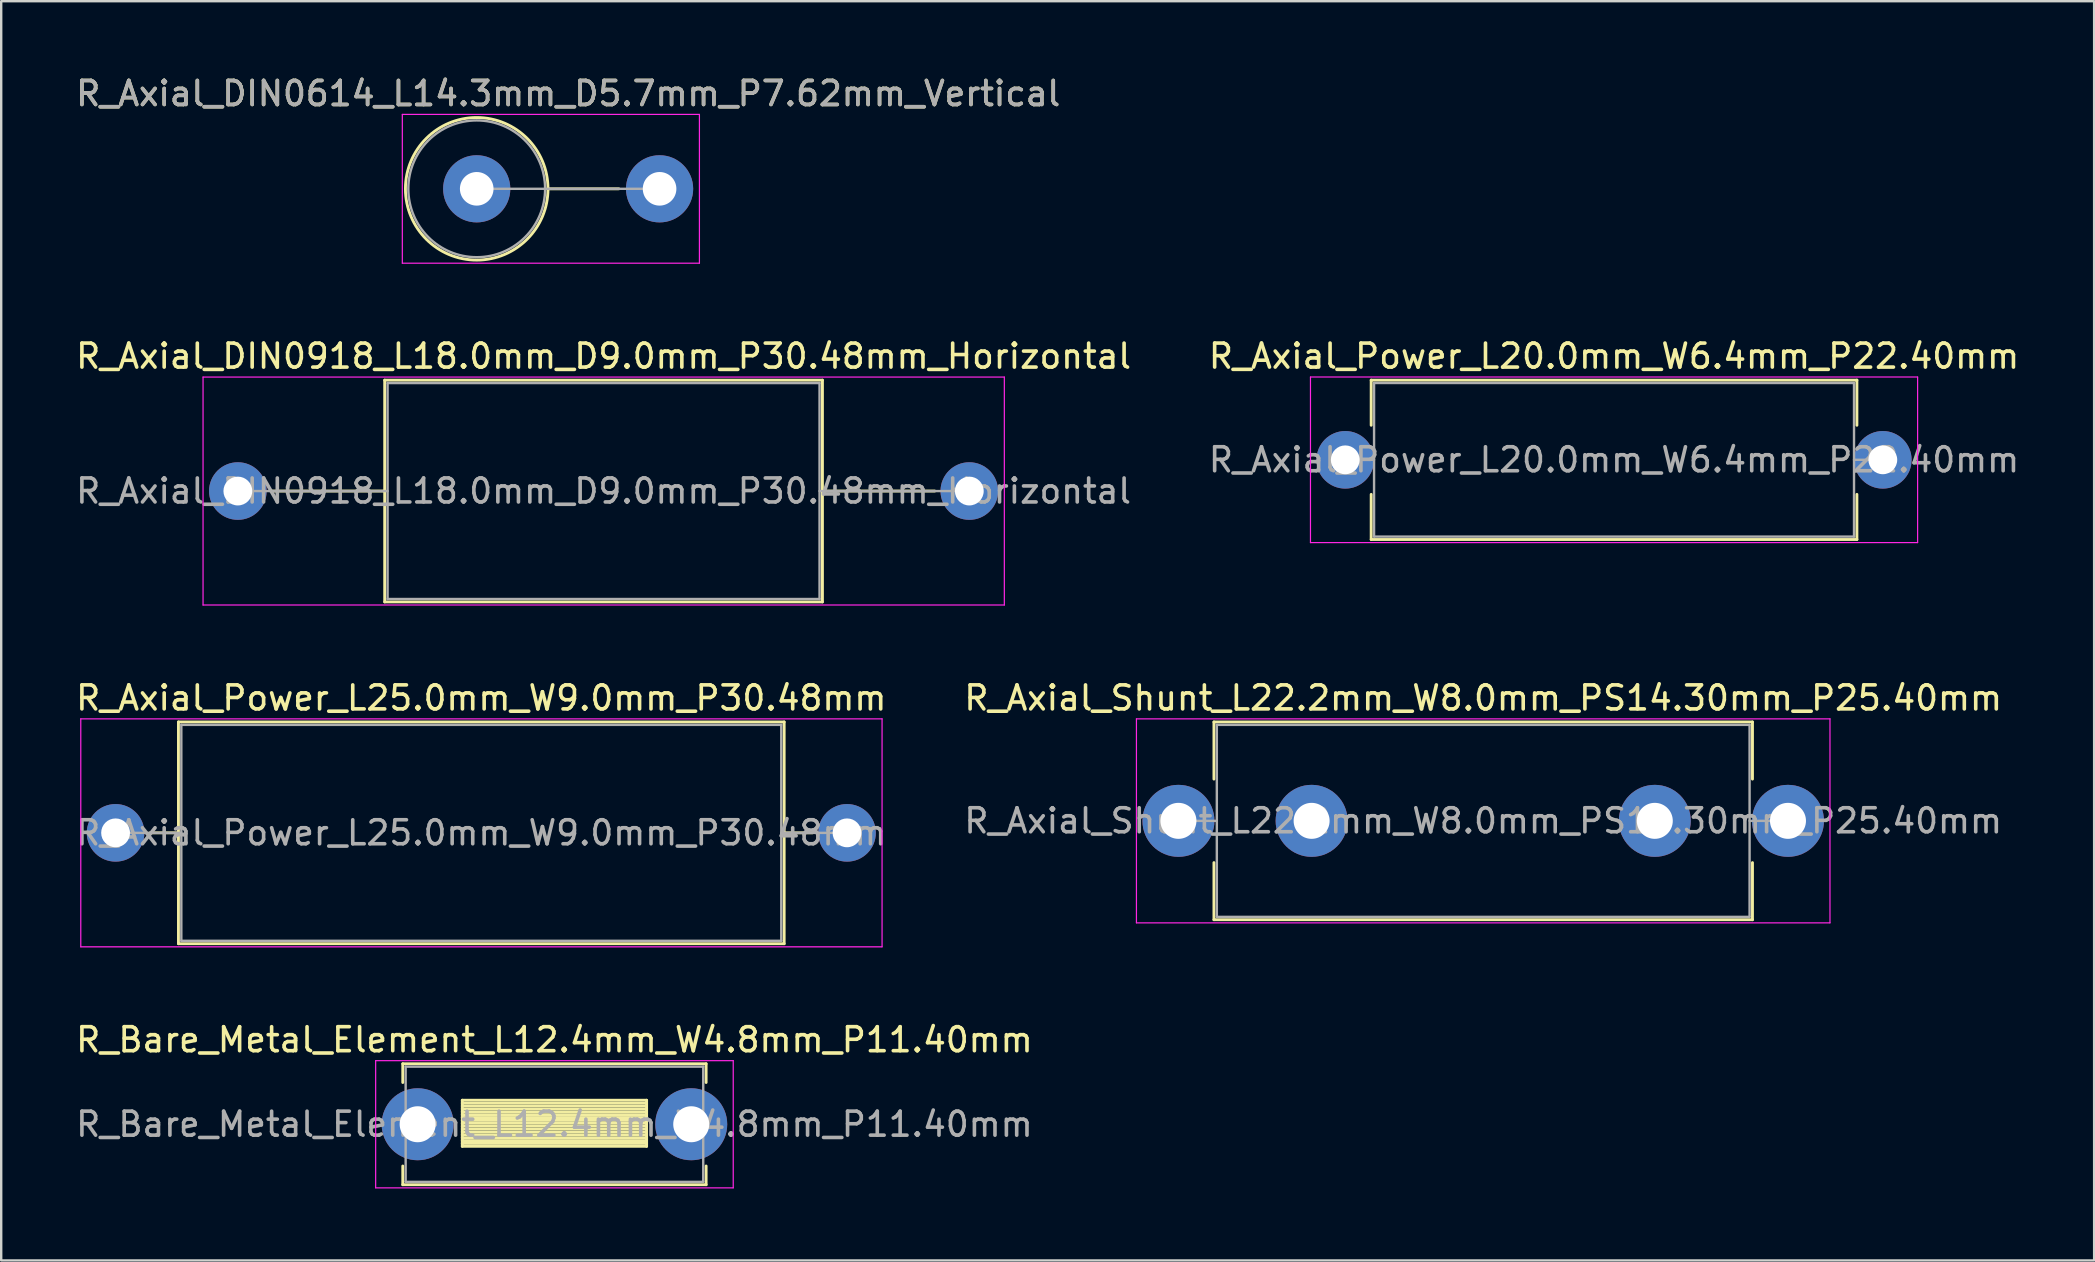
<source format=kicad_pcb>
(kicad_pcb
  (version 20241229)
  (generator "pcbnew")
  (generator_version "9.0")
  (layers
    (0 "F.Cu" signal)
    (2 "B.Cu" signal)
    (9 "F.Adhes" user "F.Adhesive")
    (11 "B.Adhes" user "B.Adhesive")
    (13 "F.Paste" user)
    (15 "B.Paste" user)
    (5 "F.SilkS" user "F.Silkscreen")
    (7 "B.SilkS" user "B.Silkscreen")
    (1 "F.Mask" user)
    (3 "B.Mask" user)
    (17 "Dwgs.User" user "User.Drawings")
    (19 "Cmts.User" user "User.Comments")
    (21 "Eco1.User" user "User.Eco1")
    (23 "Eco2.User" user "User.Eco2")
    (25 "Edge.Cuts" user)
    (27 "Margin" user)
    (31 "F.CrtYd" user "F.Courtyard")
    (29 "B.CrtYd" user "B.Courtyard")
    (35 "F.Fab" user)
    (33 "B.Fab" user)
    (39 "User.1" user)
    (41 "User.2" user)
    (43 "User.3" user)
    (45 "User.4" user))
  (footprint "R_Axial_Shunt_L22.2mm_W8.0mm_PS14.30mm_P25.40mm"
    (layer "F.Cu")
    (at 46.056 31.155)
    (property "Reference" "R_Axial_Shunt_L22.2mm_W8.0mm_PS14.30mm_P25.40mm" (at 12.7 -5.12 0) (layer "F.SilkS") (effects (font (size 1 1) (thickness 0.15))))
    (attr through_hole)
    (fp_line (start 1.48 -4.12) (end 23.92 -4.12) (stroke (width 0.12) (type solid)) (layer "F.SilkS"))
    (fp_line (start 1.48 -1.74) (end 1.48 -4.12) (stroke (width 0.12) (type solid)) (layer "F.SilkS"))
    (fp_line (start 1.48 1.74) (end 1.48 4.12) (stroke (width 0.12) (type solid)) (layer "F.SilkS"))
    (fp_line (start 1.48 4.12) (end 23.92 4.12) (stroke (width 0.12) (type solid)) (layer "F.SilkS"))
    (fp_line (start 23.92 -4.12) (end 23.92 -1.74) (stroke (width 0.12) (type solid)) (layer "F.SilkS"))
    (fp_line (start 23.92 4.12) (end 23.92 1.74) (stroke (width 0.12) (type solid)) (layer "F.SilkS"))
    (fp_line (start -1.75 -4.25) (end -1.75 4.25) (stroke (width 0.05) (type solid)) (layer "F.CrtYd"))
    (fp_line (start -1.75 4.25) (end 27.15 4.25) (stroke (width 0.05) (type solid)) (layer "F.CrtYd"))
    (fp_line (start 27.15 -4.25) (end -1.75 -4.25) (stroke (width 0.05) (type solid)) (layer "F.CrtYd"))
    (fp_line (start 27.15 4.25) (end 27.15 -4.25) (stroke (width 0.05) (type solid)) (layer "F.CrtYd"))
    (fp_line (start 0 0) (end 1.6 0) (stroke (width 0.1) (type solid)) (layer "F.Fab"))
    (fp_line (start 1.6 -4) (end 1.6 4) (stroke (width 0.1) (type solid)) (layer "F.Fab"))
    (fp_line (start 1.6 4) (end 23.8 4) (stroke (width 0.1) (type solid)) (layer "F.Fab"))
    (fp_line (start 23.8 -4) (end 1.6 -4) (stroke (width 0.1) (type solid)) (layer "F.Fab"))
    (fp_line (start 23.8 4) (end 23.8 -4) (stroke (width 0.1) (type solid)) (layer "F.Fab"))
    (fp_line (start 25.4 0) (end 23.8 0) (stroke (width 0.1) (type solid)) (layer "F.Fab"))
    (fp_text user "${REFERENCE}" (at 12.7 0 0) (layer "F.Fab") (effects (font (size 1 1) (thickness 0.15))))
    (pad "1" thru_hole circle (at 0 0) (size 3 3) (drill 1.5) (layers "*.Cu" "*.Mask"))
    (pad "2" thru_hole circle (at 5.55 0) (size 3 3) (drill 1.5) (layers "*.Cu" "*.Mask"))
    (pad "3" thru_hole circle (at 19.85 0) (size 3 3) (drill 1.5) (layers "*.Cu" "*.Mask"))
    (pad "4" thru_hole circle (at 25.4 0) (size 3 3) (drill 1.5) (layers "*.Cu" "*.Mask")))
  (footprint "R_Axial_Power_L20.0mm_W6.4mm_P22.40mm"
    (layer "F.Cu")
    (at 53.008 16.111)
    (property "Reference" "R_Axial_Power_L20.0mm_W6.4mm_P22.40mm" (at 11.2 -4.32 0) (layer "F.SilkS") (effects (font (size 1 1) (thickness 0.15))))
    (attr through_hole)
    (fp_line (start 1.08 -3.32) (end 21.32 -3.32) (stroke (width 0.12) (type solid)) (layer "F.SilkS"))
    (fp_line (start 1.08 -1.44) (end 1.08 -3.32) (stroke (width 0.12) (type solid)) (layer "F.SilkS"))
    (fp_line (start 1.08 1.44) (end 1.08 3.32) (stroke (width 0.12) (type solid)) (layer "F.SilkS"))
    (fp_line (start 1.08 3.32) (end 21.32 3.32) (stroke (width 0.12) (type solid)) (layer "F.SilkS"))
    (fp_line (start 21.32 -3.32) (end 21.32 -1.44) (stroke (width 0.12) (type solid)) (layer "F.SilkS"))
    (fp_line (start 21.32 3.32) (end 21.32 1.44) (stroke (width 0.12) (type solid)) (layer "F.SilkS"))
    (fp_line (start -1.45 -3.45) (end -1.45 3.45) (stroke (width 0.05) (type solid)) (layer "F.CrtYd"))
    (fp_line (start -1.45 3.45) (end 23.85 3.45) (stroke (width 0.05) (type solid)) (layer "F.CrtYd"))
    (fp_line (start 23.85 -3.45) (end -1.45 -3.45) (stroke (width 0.05) (type solid)) (layer "F.CrtYd"))
    (fp_line (start 23.85 3.45) (end 23.85 -3.45) (stroke (width 0.05) (type solid)) (layer "F.CrtYd"))
    (fp_line (start 0 0) (end 1.2 0) (stroke (width 0.1) (type solid)) (layer "F.Fab"))
    (fp_line (start 1.2 -3.2) (end 1.2 3.2) (stroke (width 0.1) (type solid)) (layer "F.Fab"))
    (fp_line (start 1.2 3.2) (end 21.2 3.2) (stroke (width 0.1) (type solid)) (layer "F.Fab"))
    (fp_line (start 21.2 -3.2) (end 1.2 -3.2) (stroke (width 0.1) (type solid)) (layer "F.Fab"))
    (fp_line (start 21.2 3.2) (end 21.2 -3.2) (stroke (width 0.1) (type solid)) (layer "F.Fab"))
    (fp_line (start 22.4 0) (end 21.2 0) (stroke (width 0.1) (type solid)) (layer "F.Fab"))
    (fp_text user "${REFERENCE}" (at 11.2 0 0) (layer "F.Fab") (effects (font (size 1 1) (thickness 0.15))))
    (pad "1" thru_hole circle (at 0 0) (size 2.4 2.4) (drill 1.2) (layers "*.Cu" "*.Mask"))
    (pad "2" thru_hole oval (at 22.4 0) (size 2.4 2.4) (drill 1.2) (layers "*.Cu" "*.Mask")))
  (footprint "R_Bare_Metal_Element_L12.4mm_W4.8mm_P11.40mm"
    (layer "F.Cu")
    (at 14.354 43.798)
    (property "Reference" "R_Bare_Metal_Element_L12.4mm_W4.8mm_P11.40mm" (at 5.7 -3.52 0) (layer "F.SilkS") (effects (font (size 1 1) (thickness 0.15))))
    (attr through_hole)
    (fp_line (start -0.62 -2.52) (end 12.02 -2.52) (stroke (width 0.12) (type solid)) (layer "F.SilkS"))
    (fp_line (start -0.62 -1.74) (end -0.62 -2.52) (stroke (width 0.12) (type solid)) (layer "F.SilkS"))
    (fp_line (start -0.62 1.74) (end -0.62 2.52) (stroke (width 0.12) (type solid)) (layer "F.SilkS"))
    (fp_line (start -0.62 2.52) (end 12.02 2.52) (stroke (width 0.12) (type solid)) (layer "F.SilkS"))
    (fp_line (start 1.86 -1) (end 1.86 0.92) (stroke (width 0.12) (type solid)) (layer "F.SilkS"))
    (fp_line (start 1.86 -1) (end 9.54 -1) (stroke (width 0.12) (type solid)) (layer "F.SilkS"))
    (fp_line (start 1.86 -0.88) (end 9.54 -0.88) (stroke (width 0.12) (type solid)) (layer "F.SilkS"))
    (fp_line (start 1.86 -0.76) (end 9.54 -0.76) (stroke (width 0.12) (type solid)) (layer "F.SilkS"))
    (fp_line (start 1.86 -0.64) (end 9.54 -0.64) (stroke (width 0.12) (type solid)) (layer "F.SilkS"))
    (fp_line (start 1.86 -0.52) (end 9.54 -0.52) (stroke (width 0.12) (type solid)) (layer "F.SilkS"))
    (fp_line (start 1.86 -0.4) (end 9.54 -0.4) (stroke (width 0.12) (type solid)) (layer "F.SilkS"))
    (fp_line (start 1.86 -0.28) (end 9.54 -0.28) (stroke (width 0.12) (type solid)) (layer "F.SilkS"))
    (fp_line (start 1.86 -0.16) (end 9.54 -0.16) (stroke (width 0.12) (type solid)) (layer "F.SilkS"))
    (fp_line (start 1.86 -0.04) (end 9.54 -0.04) (stroke (width 0.12) (type solid)) (layer "F.SilkS"))
    (fp_line (start 1.86 0.08) (end 9.54 0.08) (stroke (width 0.12) (type solid)) (layer "F.SilkS"))
    (fp_line (start 1.86 0.2) (end 9.54 0.2) (stroke (width 0.12) (type solid)) (layer "F.SilkS"))
    (fp_line (start 1.86 0.32) (end 9.54 0.32) (stroke (width 0.12) (type solid)) (layer "F.SilkS"))
    (fp_line (start 1.86 0.44) (end 9.54 0.44) (stroke (width 0.12) (type solid)) (layer "F.SilkS"))
    (fp_line (start 1.86 0.56) (end 9.54 0.56) (stroke (width 0.12) (type solid)) (layer "F.SilkS"))
    (fp_line (start 1.86 0.68) (end 9.54 0.68) (stroke (width 0.12) (type solid)) (layer "F.SilkS"))
    (fp_line (start 1.86 0.8) (end 9.54 0.8) (stroke (width 0.12) (type solid)) (layer "F.SilkS"))
    (fp_line (start 1.86 0.92) (end 9.54 0.92) (stroke (width 0.12) (type solid)) (layer "F.SilkS"))
    (fp_line (start 9.54 -1) (end 9.54 0.92) (stroke (width 0.12) (type solid)) (layer "F.SilkS"))
    (fp_line (start 12.02 -2.52) (end 12.02 -1.74) (stroke (width 0.12) (type solid)) (layer "F.SilkS"))
    (fp_line (start 12.02 2.52) (end 12.02 1.74) (stroke (width 0.12) (type solid)) (layer "F.SilkS"))
    (fp_line (start -1.75 -2.65) (end -1.75 2.65) (stroke (width 0.05) (type solid)) (layer "F.CrtYd"))
    (fp_line (start -1.75 2.65) (end 13.15 2.65) (stroke (width 0.05) (type solid)) (layer "F.CrtYd"))
    (fp_line (start 13.15 -2.65) (end -1.75 -2.65) (stroke (width 0.05) (type solid)) (layer "F.CrtYd"))
    (fp_line (start 13.15 2.65) (end 13.15 -2.65) (stroke (width 0.05) (type solid)) (layer "F.CrtYd"))
    (fp_line (start -0.5 -2.4) (end -0.5 2.4) (stroke (width 0.1) (type solid)) (layer "F.Fab"))
    (fp_line (start -0.5 2.4) (end 11.9 2.4) (stroke (width 0.1) (type solid)) (layer "F.Fab"))
    (fp_line (start 11.9 -2.4) (end -0.5 -2.4) (stroke (width 0.1) (type solid)) (layer "F.Fab"))
    (fp_line (start 11.9 2.4) (end 11.9 -2.4) (stroke (width 0.1) (type solid)) (layer "F.Fab"))
    (fp_text user "${REFERENCE}" (at 5.7 0 0) (layer "F.Fab") (effects (font (size 1 1) (thickness 0.15))))
    (pad "1" thru_hole circle (at 0 0) (size 3 3) (drill 1.5) (layers "*.Cu" "*.Mask"))
    (pad "2" thru_hole circle (at 11.4 0) (size 3 3) (drill 1.5) (layers "*.Cu" "*.Mask")))
  (footprint "R_Axial_Power_L25.0mm_W9.0mm_P30.48mm"
    (layer "F.Cu")
    (at 1.766 31.655)
    (property "Reference" "R_Axial_Power_L25.0mm_W9.0mm_P30.48mm" (at 15.24 -5.62 0) (layer "F.SilkS") (effects (font (size 1 1) (thickness 0.15))))
    (attr through_hole)
    (fp_line (start 1.44 0) (end 2.62 0) (stroke (width 0.12) (type solid)) (layer "F.SilkS"))
    (fp_line (start 2.62 -4.62) (end 2.62 4.62) (stroke (width 0.12) (type solid)) (layer "F.SilkS"))
    (fp_line (start 2.62 4.62) (end 27.86 4.62) (stroke (width 0.12) (type solid)) (layer "F.SilkS"))
    (fp_line (start 27.86 -4.62) (end 2.62 -4.62) (stroke (width 0.12) (type solid)) (layer "F.SilkS"))
    (fp_line (start 27.86 4.62) (end 27.86 -4.62) (stroke (width 0.12) (type solid)) (layer "F.SilkS"))
    (fp_line (start 29.04 0) (end 27.86 0) (stroke (width 0.12) (type solid)) (layer "F.SilkS"))
    (fp_line (start -1.45 -4.75) (end -1.45 4.75) (stroke (width 0.05) (type solid)) (layer "F.CrtYd"))
    (fp_line (start -1.45 4.75) (end 31.94 4.75) (stroke (width 0.05) (type solid)) (layer "F.CrtYd"))
    (fp_line (start 31.94 -4.75) (end -1.45 -4.75) (stroke (width 0.05) (type solid)) (layer "F.CrtYd"))
    (fp_line (start 31.94 4.75) (end 31.94 -4.75) (stroke (width 0.05) (type solid)) (layer "F.CrtYd"))
    (fp_line (start 0 0) (end 2.74 0) (stroke (width 0.1) (type solid)) (layer "F.Fab"))
    (fp_line (start 2.74 -4.5) (end 2.74 4.5) (stroke (width 0.1) (type solid)) (layer "F.Fab"))
    (fp_line (start 2.74 4.5) (end 27.74 4.5) (stroke (width 0.1) (type solid)) (layer "F.Fab"))
    (fp_line (start 27.74 -4.5) (end 2.74 -4.5) (stroke (width 0.1) (type solid)) (layer "F.Fab"))
    (fp_line (start 27.74 4.5) (end 27.74 -4.5) (stroke (width 0.1) (type solid)) (layer "F.Fab"))
    (fp_line (start 30.48 0) (end 27.74 0) (stroke (width 0.1) (type solid)) (layer "F.Fab"))
    (fp_text user "${REFERENCE}" (at 15.24 0 0) (layer "F.Fab") (effects (font (size 1 1) (thickness 0.15))))
    (pad "1" thru_hole circle (at 0 0) (size 2.4 2.4) (drill 1.2) (layers "*.Cu" "*.Mask"))
    (pad "2" thru_hole circle (at 30.48 0) (size 2.4 2.4) (drill 1.2) (layers "*.Cu" "*.Mask")))
  (footprint "R_Axial_DIN0918_L18.0mm_D9.0mm_P30.48mm_Horizontal"
    (layer "F.Cu")
    (at 6.861 17.412)
    (property "Reference" "R_Axial_DIN0918_L18.0mm_D9.0mm_P30.48mm_Horizontal" (at 15.24 -5.62 0) (layer "F.SilkS") (effects (font (size 1 1) (thickness 0.15))))
    (attr through_hole)
    (fp_line (start 1.44 0) (end 6.12 0) (stroke (width 0.12) (type solid)) (layer "F.SilkS"))
    (fp_line (start 6.12 -4.62) (end 6.12 4.62) (stroke (width 0.12) (type solid)) (layer "F.SilkS"))
    (fp_line (start 6.12 4.62) (end 24.36 4.62) (stroke (width 0.12) (type solid)) (layer "F.SilkS"))
    (fp_line (start 24.36 -4.62) (end 6.12 -4.62) (stroke (width 0.12) (type solid)) (layer "F.SilkS"))
    (fp_line (start 24.36 4.62) (end 24.36 -4.62) (stroke (width 0.12) (type solid)) (layer "F.SilkS"))
    (fp_line (start 29.04 0) (end 24.36 0) (stroke (width 0.12) (type solid)) (layer "F.SilkS"))
    (fp_line (start -1.45 -4.75) (end -1.45 4.75) (stroke (width 0.05) (type solid)) (layer "F.CrtYd"))
    (fp_line (start -1.45 4.75) (end 31.94 4.75) (stroke (width 0.05) (type solid)) (layer "F.CrtYd"))
    (fp_line (start 31.94 -4.75) (end -1.45 -4.75) (stroke (width 0.05) (type solid)) (layer "F.CrtYd"))
    (fp_line (start 31.94 4.75) (end 31.94 -4.75) (stroke (width 0.05) (type solid)) (layer "F.CrtYd"))
    (fp_line (start 0 0) (end 6.24 0) (stroke (width 0.1) (type solid)) (layer "F.Fab"))
    (fp_line (start 6.24 -4.5) (end 6.24 4.5) (stroke (width 0.1) (type solid)) (layer "F.Fab"))
    (fp_line (start 6.24 4.5) (end 24.24 4.5) (stroke (width 0.1) (type solid)) (layer "F.Fab"))
    (fp_line (start 24.24 -4.5) (end 6.24 -4.5) (stroke (width 0.1) (type solid)) (layer "F.Fab"))
    (fp_line (start 24.24 4.5) (end 24.24 -4.5) (stroke (width 0.1) (type solid)) (layer "F.Fab"))
    (fp_line (start 30.48 0) (end 24.24 0) (stroke (width 0.1) (type solid)) (layer "F.Fab"))
    (fp_text user "${REFERENCE}" (at 15.24 0 0) (layer "F.Fab") (effects (font (size 1 1) (thickness 0.15))))
    (pad "1" thru_hole circle (at 0 0) (size 2.4 2.4) (drill 1.2) (layers "*.Cu" "*.Mask"))
    (pad "2" thru_hole circle (at 30.48 0) (size 2.4 2.4) (drill 1.2) (layers "*.Cu" "*.Mask")))
  (footprint "R_Axial_DIN0614_L14.3mm_D5.7mm_P7.62mm_Vertical"
    (layer "F.Cu")
    (at 16.815 4.818)
    (property "Reference" "R_Axial_DIN0614_L14.3mm_D5.7mm_P7.62mm_Vertical" (at 3.81 -3.97 0) (layer "F.SilkS") (effects (font (size 1 1) (thickness 0.15))))
    (attr through_hole)
    (fp_line (start 2.97 0) (end 5.92 0) (stroke (width 0.12) (type solid)) (layer "F.SilkS"))
    (fp_circle (center 0 0) (end 2.97 0) (stroke (width 0.12) (type solid)) (fill no) (layer "F.SilkS"))
    (fp_line (start -3.1 -3.1) (end -3.1 3.1) (stroke (width 0.05) (type solid)) (layer "F.CrtYd"))
    (fp_line (start -3.1 3.1) (end 9.28 3.1) (stroke (width 0.05) (type solid)) (layer "F.CrtYd"))
    (fp_line (start 9.28 -3.1) (end -3.1 -3.1) (stroke (width 0.05) (type solid)) (layer "F.CrtYd"))
    (fp_line (start 9.28 3.1) (end 9.28 -3.1) (stroke (width 0.05) (type solid)) (layer "F.CrtYd"))
    (fp_line (start 0 0) (end 7.62 0) (stroke (width 0.1) (type solid)) (layer "F.Fab"))
    (fp_circle (center 0 0) (end 2.85 0) (stroke (width 0.1) (type solid)) (fill no) (layer "F.Fab"))
    (fp_text user "${REFERENCE}" (at 3.81 -3.97 0) (layer "F.Fab") (effects (font (size 1 1) (thickness 0.15))))
    (pad "1" thru_hole circle (at 0 0) (size 2.8 2.8) (drill 1.4) (layers "*.Cu" "*.Mask"))
    (pad "2" thru_hole oval (at 7.62 0) (size 2.8 2.8) (drill 1.4) (layers "*.Cu" "*.Mask")))
  (gr_rect
    (start -3 -3)
    (end 84.214 49.473)
    (stroke (width 0.1) (type default))
    (fill no)
    (layer "Edge.Cuts")))
</source>
